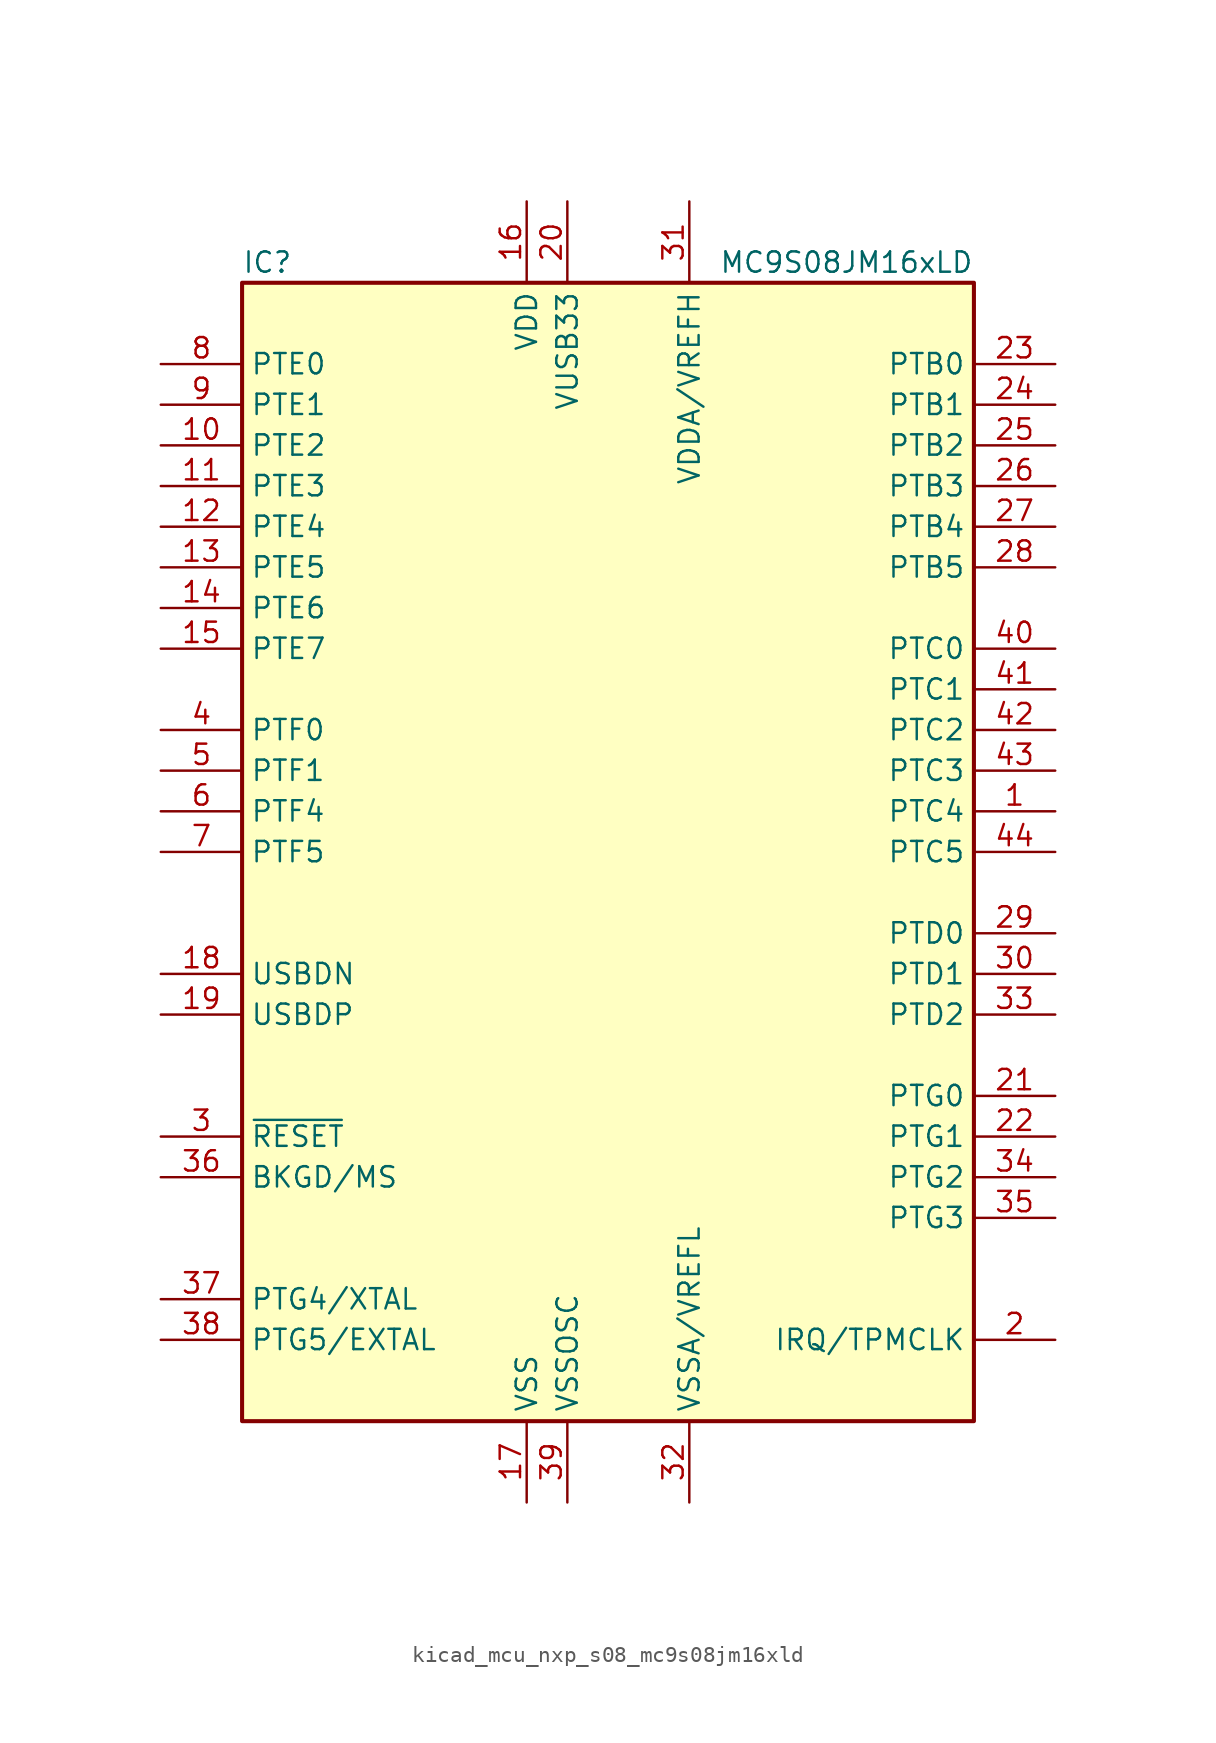
<source format=kicad_sym>
(kicad_symbol_lib
  (version 20220914)
  (generator kicad_symbol_editor)
  (symbol "kicad_mcu_nxp_s08_mc9s08jm16xld"
    (property "Reference" "IC"
      (at -22.86 36.83 0)
      (effects (font (size 1.27 1.27)) (justify left)))
    (property "Value" "MC9S08JM16xLD"
      (at 22.86 36.83 0)
      (effects (font (size 1.27 1.27)) (justify right)))
    (symbol "kicad_mcu_nxp_s08_mc9s08jm16xld_0_1"
      (rectangle (start -22.86 35.56) (end 22.86 -35.56) (stroke (width 0.254) (type default)) (fill (type background))))
    (symbol "kicad_mcu_nxp_s08_mc9s08jm16xld_1_1"
      (pin bidirectional line (at 27.94 2.54 180) (length 5.08) (name "PTC4" (effects (font (size 1.27 1.27)))) (number "1" (effects (font (size 1.27 1.27)))))
      (pin bidirectional line (at -27.94 25.4 0) (length 5.08) (name "PTE2" (effects (font (size 1.27 1.27)))) (number "10" (effects (font (size 1.27 1.27)))))
      (pin bidirectional line (at -27.94 22.86 0) (length 5.08) (name "PTE3" (effects (font (size 1.27 1.27)))) (number "11" (effects (font (size 1.27 1.27)))))
      (pin bidirectional line (at -27.94 20.32 0) (length 5.08) (name "PTE4" (effects (font (size 1.27 1.27)))) (number "12" (effects (font (size 1.27 1.27)))))
      (pin bidirectional line (at -27.94 17.78 0) (length 5.08) (name "PTE5" (effects (font (size 1.27 1.27)))) (number "13" (effects (font (size 1.27 1.27)))))
      (pin bidirectional line (at -27.94 15.24 0) (length 5.08) (name "PTE6" (effects (font (size 1.27 1.27)))) (number "14" (effects (font (size 1.27 1.27)))))
      (pin bidirectional line (at -27.94 12.7 0) (length 5.08) (name "PTE7" (effects (font (size 1.27 1.27)))) (number "15" (effects (font (size 1.27 1.27)))))
      (pin power_in line (at -5.08 40.64 270) (length 5.08) (name "VDD" (effects (font (size 1.27 1.27)))) (number "16" (effects (font (size 1.27 1.27)))))
      (pin power_in line (at -5.08 -40.64 90) (length 5.08) (name "VSS" (effects (font (size 1.27 1.27)))) (number "17" (effects (font (size 1.27 1.27)))))
      (pin bidirectional line (at -27.94 -7.62 0) (length 5.08) (name "USBDN" (effects (font (size 1.27 1.27)))) (number "18" (effects (font (size 1.27 1.27)))))
      (pin bidirectional line (at -27.94 -10.16 0) (length 5.08) (name "USBDP" (effects (font (size 1.27 1.27)))) (number "19" (effects (font (size 1.27 1.27)))))
      (pin bidirectional line (at 27.94 -30.48 180) (length 5.08) (name "IRQ/TPMCLK" (effects (font (size 1.27 1.27)))) (number "2" (effects (font (size 1.27 1.27)))))
      (pin power_out line (at -2.54 40.64 270) (length 5.08) (name "VUSB33" (effects (font (size 1.27 1.27)))) (number "20" (effects (font (size 1.27 1.27)))))
      (pin bidirectional line (at 27.94 -15.24 180) (length 5.08) (name "PTG0" (effects (font (size 1.27 1.27)))) (number "21" (effects (font (size 1.27 1.27)))))
      (pin bidirectional line (at 27.94 -17.78 180) (length 5.08) (name "PTG1" (effects (font (size 1.27 1.27)))) (number "22" (effects (font (size 1.27 1.27)))))
      (pin bidirectional line (at 27.94 30.48 180) (length 5.08) (name "PTB0" (effects (font (size 1.27 1.27)))) (number "23" (effects (font (size 1.27 1.27)))))
      (pin bidirectional line (at 27.94 27.94 180) (length 5.08) (name "PTB1" (effects (font (size 1.27 1.27)))) (number "24" (effects (font (size 1.27 1.27)))))
      (pin bidirectional line (at 27.94 25.4 180) (length 5.08) (name "PTB2" (effects (font (size 1.27 1.27)))) (number "25" (effects (font (size 1.27 1.27)))))
      (pin bidirectional line (at 27.94 22.86 180) (length 5.08) (name "PTB3" (effects (font (size 1.27 1.27)))) (number "26" (effects (font (size 1.27 1.27)))))
      (pin bidirectional line (at 27.94 20.32 180) (length 5.08) (name "PTB4" (effects (font (size 1.27 1.27)))) (number "27" (effects (font (size 1.27 1.27)))))
      (pin bidirectional line (at 27.94 17.78 180) (length 5.08) (name "PTB5" (effects (font (size 1.27 1.27)))) (number "28" (effects (font (size 1.27 1.27)))))
      (pin bidirectional line (at 27.94 -5.08 180) (length 5.08) (name "PTD0" (effects (font (size 1.27 1.27)))) (number "29" (effects (font (size 1.27 1.27)))))
      (pin input line (at -27.94 -17.78 0) (length 5.08) (name "~{RESET}" (effects (font (size 1.27 1.27)))) (number "3" (effects (font (size 1.27 1.27)))))
      (pin bidirectional line (at 27.94 -7.62 180) (length 5.08) (name "PTD1" (effects (font (size 1.27 1.27)))) (number "30" (effects (font (size 1.27 1.27)))))
      (pin power_in line (at 5.08 40.64 270) (length 5.08) (name "VDDA/VREFH" (effects (font (size 1.27 1.27)))) (number "31" (effects (font (size 1.27 1.27)))))
      (pin power_in line (at 5.08 -40.64 90) (length 5.08) (name "VSSA/VREFL" (effects (font (size 1.27 1.27)))) (number "32" (effects (font (size 1.27 1.27)))))
      (pin bidirectional line (at 27.94 -10.16 180) (length 5.08) (name "PTD2" (effects (font (size 1.27 1.27)))) (number "33" (effects (font (size 1.27 1.27)))))
      (pin bidirectional line (at 27.94 -20.32 180) (length 5.08) (name "PTG2" (effects (font (size 1.27 1.27)))) (number "34" (effects (font (size 1.27 1.27)))))
      (pin bidirectional line (at 27.94 -22.86 180) (length 5.08) (name "PTG3" (effects (font (size 1.27 1.27)))) (number "35" (effects (font (size 1.27 1.27)))))
      (pin bidirectional line (at -27.94 -20.32 0) (length 5.08) (name "BKGD/MS" (effects (font (size 1.27 1.27)))) (number "36" (effects (font (size 1.27 1.27)))))
      (pin bidirectional line (at -27.94 -27.94 0) (length 5.08) (name "PTG4/XTAL" (effects (font (size 1.27 1.27)))) (number "37" (effects (font (size 1.27 1.27)))))
      (pin bidirectional line (at -27.94 -30.48 0) (length 5.08) (name "PTG5/EXTAL" (effects (font (size 1.27 1.27)))) (number "38" (effects (font (size 1.27 1.27)))))
      (pin power_in line (at -2.54 -40.64 90) (length 5.08) (name "VSSOSC" (effects (font (size 1.27 1.27)))) (number "39" (effects (font (size 1.27 1.27)))))
      (pin bidirectional line (at -27.94 7.62 0) (length 5.08) (name "PTF0" (effects (font (size 1.27 1.27)))) (number "4" (effects (font (size 1.27 1.27)))))
      (pin bidirectional line (at 27.94 12.7 180) (length 5.08) (name "PTC0" (effects (font (size 1.27 1.27)))) (number "40" (effects (font (size 1.27 1.27)))))
      (pin bidirectional line (at 27.94 10.16 180) (length 5.08) (name "PTC1" (effects (font (size 1.27 1.27)))) (number "41" (effects (font (size 1.27 1.27)))))
      (pin bidirectional line (at 27.94 7.62 180) (length 5.08) (name "PTC2" (effects (font (size 1.27 1.27)))) (number "42" (effects (font (size 1.27 1.27)))))
      (pin bidirectional line (at 27.94 5.08 180) (length 5.08) (name "PTC3" (effects (font (size 1.27 1.27)))) (number "43" (effects (font (size 1.27 1.27)))))
      (pin bidirectional line (at 27.94 0 180) (length 5.08) (name "PTC5" (effects (font (size 1.27 1.27)))) (number "44" (effects (font (size 1.27 1.27)))))
      (pin bidirectional line (at -27.94 5.08 0) (length 5.08) (name "PTF1" (effects (font (size 1.27 1.27)))) (number "5" (effects (font (size 1.27 1.27)))))
      (pin bidirectional line (at -27.94 2.54 0) (length 5.08) (name "PTF4" (effects (font (size 1.27 1.27)))) (number "6" (effects (font (size 1.27 1.27)))))
      (pin bidirectional line (at -27.94 0 0) (length 5.08) (name "PTF5" (effects (font (size 1.27 1.27)))) (number "7" (effects (font (size 1.27 1.27)))))
      (pin bidirectional line (at -27.94 30.48 0) (length 5.08) (name "PTE0" (effects (font (size 1.27 1.27)))) (number "8" (effects (font (size 1.27 1.27)))))
      (pin bidirectional line (at -27.94 27.94 0) (length 5.08) (name "PTE1" (effects (font (size 1.27 1.27)))) (number "9" (effects (font (size 1.27 1.27))))))))
</source>
